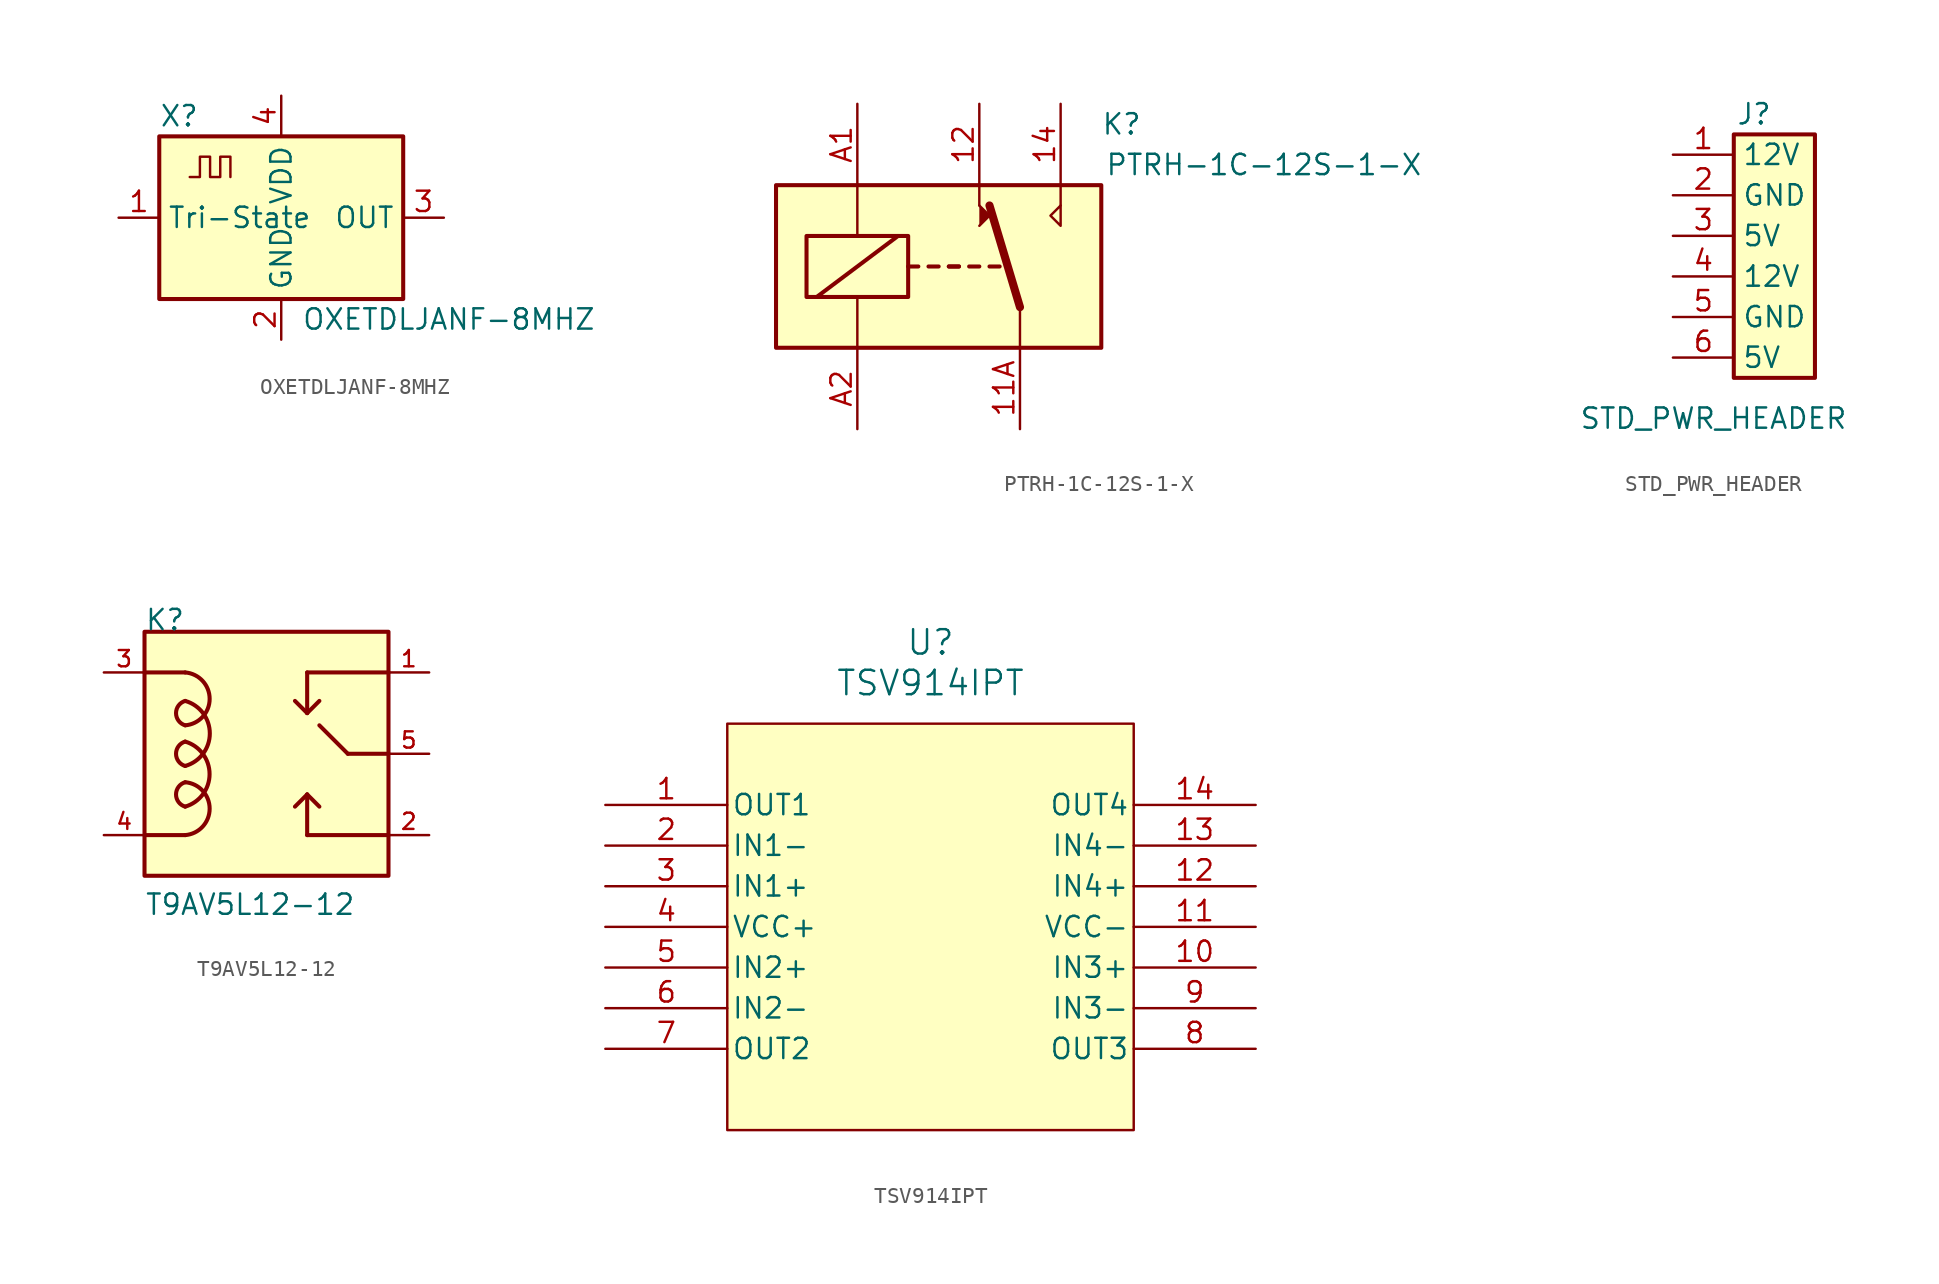
<source format=kicad_sym>
(kicad_symbol_lib
  (version 20220914)
  (generator kicad_symbol_editor)
  (symbol "OXETDLJANF-8MHZ"
    (property "Reference" "X"
      (at -7.62 6.35 0)
      (effects (font (size 1.27 1.27)) (justify left)))
    (property "Value" "OXETDLJANF-8MHZ "
      (at 1.27 -6.35 0)
      (effects (font (size 1.27 1.27)) (justify left)))
    (symbol "OXETDLJANF-8MHZ_0_1"
      (rectangle (start -7.62 5.08) (end 7.62 -5.08) (stroke (width 0.254) (type default)) (fill (type background)))
      (polyline (pts (xy -5.715 2.54) (xy -5.08 2.54) (xy -5.08 3.81) (xy -4.445 3.81) (xy -4.445 2.54) (xy -3.81 2.54) (xy -3.81 3.81) (xy -3.175 3.81) (xy -3.175 2.54)) (stroke (width 0) (type default)) (fill (type none))))
    (symbol "OXETDLJANF-8MHZ_1_1"
      (pin input line (at -10.16 0 0) (length 2.54) (name "Tri-State" (effects (font (size 1.27 1.27)))) (number "1" (effects (font (size 1.27 1.27)))))
      (pin power_in line (at 0 -7.62 90) (length 2.54) (name "GND" (effects (font (size 1.27 1.27)))) (number "2" (effects (font (size 1.27 1.27)))))
      (pin output line (at 10.16 0 180) (length 2.54) (name "OUT" (effects (font (size 1.27 1.27)))) (number "3" (effects (font (size 1.27 1.27)))))
      (pin power_in line (at 0 7.62 270) (length 2.54) (name "VDD" (effects (font (size 1.27 1.27)))) (number "4" (effects (font (size 1.27 1.27)))))))
  (symbol "PTRH-1C-12S-1-X"
    (property "Reference" "K"
      (at 11.43 8.89 0)
      (effects (font (size 1.27 1.27))))
    (property "Value" "PTRH-1C-12S-1-X"
      (at 20.32 6.35 0)
      (effects (font (size 1.27 1.27))))
    (symbol "PTRH-1C-12S-1-X_1_0"
      (polyline (pts (xy 2.54 3.81) (xy 2.54 5.08)) (stroke (width 0) (type default)) (fill (type none)))
      (polyline (pts (xy 7.62 3.81) (xy 7.62 5.08)) (stroke (width 0) (type default)) (fill (type none)))
      (polyline (pts (xy 7.62 3.81) (xy 7.62 2.54) (xy 6.985 3.175) (xy 7.62 3.81)) (stroke (width 0) (type default)) (fill (type none))))
    (symbol "PTRH-1C-12S-1-X_1_1"
      (rectangle (start -10.16 5.08) (end 10.16 -5.08) (stroke (width 0.254) (type default)) (fill (type background)))
      (rectangle (start -8.255 1.905) (end -1.905 -1.905) (stroke (width 0.254) (type default)) (fill (type none)))
      (polyline (pts (xy -7.62 -1.905) (xy -2.54 1.905)) (stroke (width 0.254) (type default)) (fill (type none)))
      (polyline (pts (xy -5.08 -5.08) (xy -5.08 -1.905)) (stroke (width 0) (type default)) (fill (type none)))
      (polyline (pts (xy -5.08 5.08) (xy -5.08 1.905)) (stroke (width 0) (type default)) (fill (type none)))
      (polyline (pts (xy -1.905 0) (xy -1.27 0)) (stroke (width 0.254) (type default)) (fill (type none)))
      (polyline (pts (xy -0.635 0) (xy 0 0)) (stroke (width 0.254) (type default)) (fill (type none)))
      (polyline (pts (xy 0.635 0) (xy 1.27 0)) (stroke (width 0.254) (type default)) (fill (type none)))
      (polyline (pts (xy 0.635 0) (xy 1.27 0)) (stroke (width 0.254) (type default)) (fill (type none)))
      (polyline (pts (xy 1.905 0) (xy 2.54 0)) (stroke (width 0.254) (type default)) (fill (type none)))
      (polyline (pts (xy 3.175 0) (xy 3.81 0)) (stroke (width 0.254) (type default)) (fill (type none)))
      (polyline (pts (xy 5.08 -2.54) (xy 3.175 3.81)) (stroke (width 0.508) (type default)) (fill (type none)))
      (polyline (pts (xy 5.08 -2.54) (xy 5.08 -5.08)) (stroke (width 0) (type default)) (fill (type none)))
      (polyline (pts (xy 2.54 2.54) (xy 3.175 3.175) (xy 2.54 3.81)) (stroke (width 0) (type default)) (fill (type outline)))
      (pin passive line (at 5.08 -10.16 90) (length 5.08) (name "~" (effects (font (size 1.27 1.27)))) (number "11A" (effects (font (size 1.27 1.27)))))
      (pin passive line (at 5.08 -10.16 90) (length 5.08) hide (name "~" (effects (font (size 1.27 1.27)))) (number "11B" (effects (font (size 1.27 1.27)))))
      (pin passive line (at 2.54 10.16 270) (length 5.08) (name "~" (effects (font (size 1.27 1.27)))) (number "12" (effects (font (size 1.27 1.27)))))
      (pin passive line (at 7.62 10.16 270) (length 5.08) (name "~" (effects (font (size 1.27 1.27)))) (number "14" (effects (font (size 1.27 1.27)))))
      (pin passive line (at -5.08 10.16 270) (length 5.08) (name "~" (effects (font (size 1.27 1.27)))) (number "A1" (effects (font (size 1.27 1.27)))))
      (pin passive line (at -5.08 -10.16 90) (length 5.08) (name "~" (effects (font (size 1.27 1.27)))) (number "A2" (effects (font (size 1.27 1.27)))))))
  (symbol "STD_PWR_HEADER"
    (property "Reference" "J"
      (at 2.54 2.54 0)
      (effects (font (size 1.27 1.27))))
    (property "Value" "STD_PWR_HEADER"
      (at 0 -16.51 0)
      (effects (font (size 1.27 1.27))))
    (symbol "STD_PWR_HEADER_1_1"
      (rectangle (start 1.27 1.27) (end 6.35 -13.97) (stroke (width 0.254) (type default)) (fill (type background)))
      (pin passive line (at -2.54 0 0) (length 3.81) (name "12V" (effects (font (size 1.27 1.27)))) (number "1" (effects (font (size 1.27 1.27)))))
      (pin passive line (at -2.54 -2.54 0) (length 3.81) (name "GND" (effects (font (size 1.27 1.27)))) (number "2" (effects (font (size 1.27 1.27)))))
      (pin passive line (at -2.54 -5.08 0) (length 3.81) (name "5V" (effects (font (size 1.27 1.27)))) (number "3" (effects (font (size 1.27 1.27)))))
      (pin passive line (at -2.54 -7.62 0) (length 3.81) (name "12V" (effects (font (size 1.27 1.27)))) (number "4" (effects (font (size 1.27 1.27)))))
      (pin passive line (at -2.54 -10.16 0) (length 3.81) (name "GND" (effects (font (size 1.27 1.27)))) (number "5" (effects (font (size 1.27 1.27)))))
      (pin passive line (at -2.54 -12.7 0) (length 3.81) (name "5V" (effects (font (size 1.27 1.27)))) (number "6" (effects (font (size 1.27 1.27)))))))
  (symbol "T9AV5L12-12"
    (pin_names
      (offset 1.016))
    (property "Reference" "K"
      (at -7.62 7.62 0)
      (effects (font (size 1.27 1.27)) (justify left bottom)))
    (property "Value" "T9AV5L12-12"
      (at -7.62 -10.16 0)
      (effects (font (size 1.27 1.27)) (justify left bottom)))
    (symbol "T9AV5L12-12_0_0"
      (rectangle (start -7.62 7.62) (end 7.62 -7.62) (stroke (width 0.254) (type default)) (fill (type background)))
      (arc (start -5.08 -5.08) (mid -3.5511 -3.429) (end -5.08 -1.778) (stroke (width 0.254) (type default)) (fill (type none)))
      (arc (start -5.08 -3.302) (mid -3.556 -1.27) (end -5.08 0.762) (stroke (width 0.254) (type default)) (fill (type none)))
      (arc (start -5.08 -1.778) (mid -5.6515 -2.54) (end -5.08 -3.302) (stroke (width 0.254) (type default)) (fill (type none)))
      (arc (start -5.08 -0.762) (mid -3.5407 1.27) (end -5.08 3.302) (stroke (width 0.254) (type default)) (fill (type none)))
      (arc (start -5.08 0.762) (mid -5.6515 0) (end -5.08 -0.762) (stroke (width 0.254) (type default)) (fill (type none)))
      (arc (start -5.08 1.778) (mid -3.5511 3.429) (end -5.08 5.08) (stroke (width 0.254) (type default)) (fill (type none)))
      (arc (start -5.08 3.302) (mid -5.6515 2.54) (end -5.08 1.778) (stroke (width 0.254) (type default)) (fill (type none)))
      (polyline (pts (xy -7.62 -5.08) (xy -5.08 -5.08)) (stroke (width 0.254) (type default)) (fill (type none)))
      (polyline (pts (xy -7.62 5.08) (xy -5.08 5.08)) (stroke (width 0.254) (type default)) (fill (type none)))
      (polyline (pts (xy 2.54 -5.08) (xy 2.54 -2.54)) (stroke (width 0.254) (type default)) (fill (type none)))
      (polyline (pts (xy 2.54 -2.54) (xy 1.778 -3.302)) (stroke (width 0.254) (type default)) (fill (type none)))
      (polyline (pts (xy 2.54 -2.54) (xy 3.302 -3.302)) (stroke (width 0.254) (type default)) (fill (type none)))
      (polyline (pts (xy 2.54 2.54) (xy 1.778 3.302)) (stroke (width 0.254) (type default)) (fill (type none)))
      (polyline (pts (xy 2.54 2.54) (xy 3.302 3.302)) (stroke (width 0.254) (type default)) (fill (type none)))
      (polyline (pts (xy 2.54 5.08) (xy 2.54 2.54)) (stroke (width 0.254) (type default)) (fill (type none)))
      (polyline (pts (xy 5.08 0) (xy 3.302 1.778)) (stroke (width 0.254) (type default)) (fill (type none)))
      (polyline (pts (xy 7.62 -5.08) (xy 2.54 -5.08)) (stroke (width 0.254) (type default)) (fill (type none)))
      (polyline (pts (xy 7.62 0) (xy 5.08 0)) (stroke (width 0.254) (type default)) (fill (type none)))
      (polyline (pts (xy 7.62 5.08) (xy 2.54 5.08)) (stroke (width 0.254) (type default)) (fill (type none))))
    (symbol "T9AV5L12-12_1_0"
      (pin passive line (at 10.16 5.08 180) (length 2.54) (name "" (effects (font (size 1.016 1.016)))) (number "1" (effects (font (size 1.016 1.016)))))
      (pin passive line (at 10.16 -5.08 180) (length 2.54) (name "" (effects (font (size 1.016 1.016)))) (number "2" (effects (font (size 1.016 1.016)))))
      (pin passive line (at -10.16 5.08 0) (length 2.54) (name "" (effects (font (size 1.016 1.016)))) (number "3" (effects (font (size 1.016 1.016)))))
      (pin passive line (at -10.16 -5.08 0) (length 2.54) (name "" (effects (font (size 1.016 1.016)))) (number "4" (effects (font (size 1.016 1.016)))))
      (pin passive line (at 10.16 0 180) (length 2.54) (name "" (effects (font (size 1.016 1.016)))) (number "5" (effects (font (size 1.016 1.016)))))))
  (symbol "TSV914IPT"
    (pin_names
      (offset 0.254))
    (property "Reference" "U"
      (at 20.32 10.16 0)
      (effects (font (size 1.524 1.524))))
    (property "Value" "TSV914IPT"
      (at 20.32 7.62 0)
      (effects (font (size 1.524 1.524))))
    (symbol "TSV914IPT_0_1"
      (pin output line (at 0 0 0) (length 7.62) (name "OUT1" (effects (font (size 1.27 1.27)))) (number "1" (effects (font (size 1.27 1.27)))))
      (pin input line (at 40.64 -10.16 180) (length 7.62) (name "IN3+" (effects (font (size 1.27 1.27)))) (number "10" (effects (font (size 1.27 1.27)))))
      (pin power_in line (at 40.64 -7.62 180) (length 7.62) (name "VCC-" (effects (font (size 1.27 1.27)))) (number "11" (effects (font (size 1.27 1.27)))))
      (pin input line (at 40.64 -5.08 180) (length 7.62) (name "IN4+" (effects (font (size 1.27 1.27)))) (number "12" (effects (font (size 1.27 1.27)))))
      (pin input line (at 40.64 -2.54 180) (length 7.62) (name "IN4-" (effects (font (size 1.27 1.27)))) (number "13" (effects (font (size 1.27 1.27)))))
      (pin output line (at 40.64 0 180) (length 7.62) (name "OUT4" (effects (font (size 1.27 1.27)))) (number "14" (effects (font (size 1.27 1.27)))))
      (pin input line (at 0 -2.54 0) (length 7.62) (name "IN1-" (effects (font (size 1.27 1.27)))) (number "2" (effects (font (size 1.27 1.27)))))
      (pin input line (at 0 -5.08 0) (length 7.62) (name "IN1+" (effects (font (size 1.27 1.27)))) (number "3" (effects (font (size 1.27 1.27)))))
      (pin power_in line (at 0 -7.62 0) (length 7.62) (name "VCC+" (effects (font (size 1.27 1.27)))) (number "4" (effects (font (size 1.27 1.27)))))
      (pin input line (at 0 -10.16 0) (length 7.62) (name "IN2+" (effects (font (size 1.27 1.27)))) (number "5" (effects (font (size 1.27 1.27)))))
      (pin input line (at 0 -12.7 0) (length 7.62) (name "IN2-" (effects (font (size 1.27 1.27)))) (number "6" (effects (font (size 1.27 1.27)))))
      (pin output line (at 0 -15.24 0) (length 7.62) (name "OUT2" (effects (font (size 1.27 1.27)))) (number "7" (effects (font (size 1.27 1.27)))))
      (pin output line (at 40.64 -15.24 180) (length 7.62) (name "OUT3" (effects (font (size 1.27 1.27)))) (number "8" (effects (font (size 1.27 1.27)))))
      (pin input line (at 40.64 -12.7 180) (length 7.62) (name "IN3-" (effects (font (size 1.27 1.27)))) (number "9" (effects (font (size 1.27 1.27))))))
    (symbol "TSV914IPT_1_1"
      (rectangle (start 7.62 5.08) (end 33.02 -20.32) (stroke (width 0) (type default)) (fill (type background))))))
</source>
